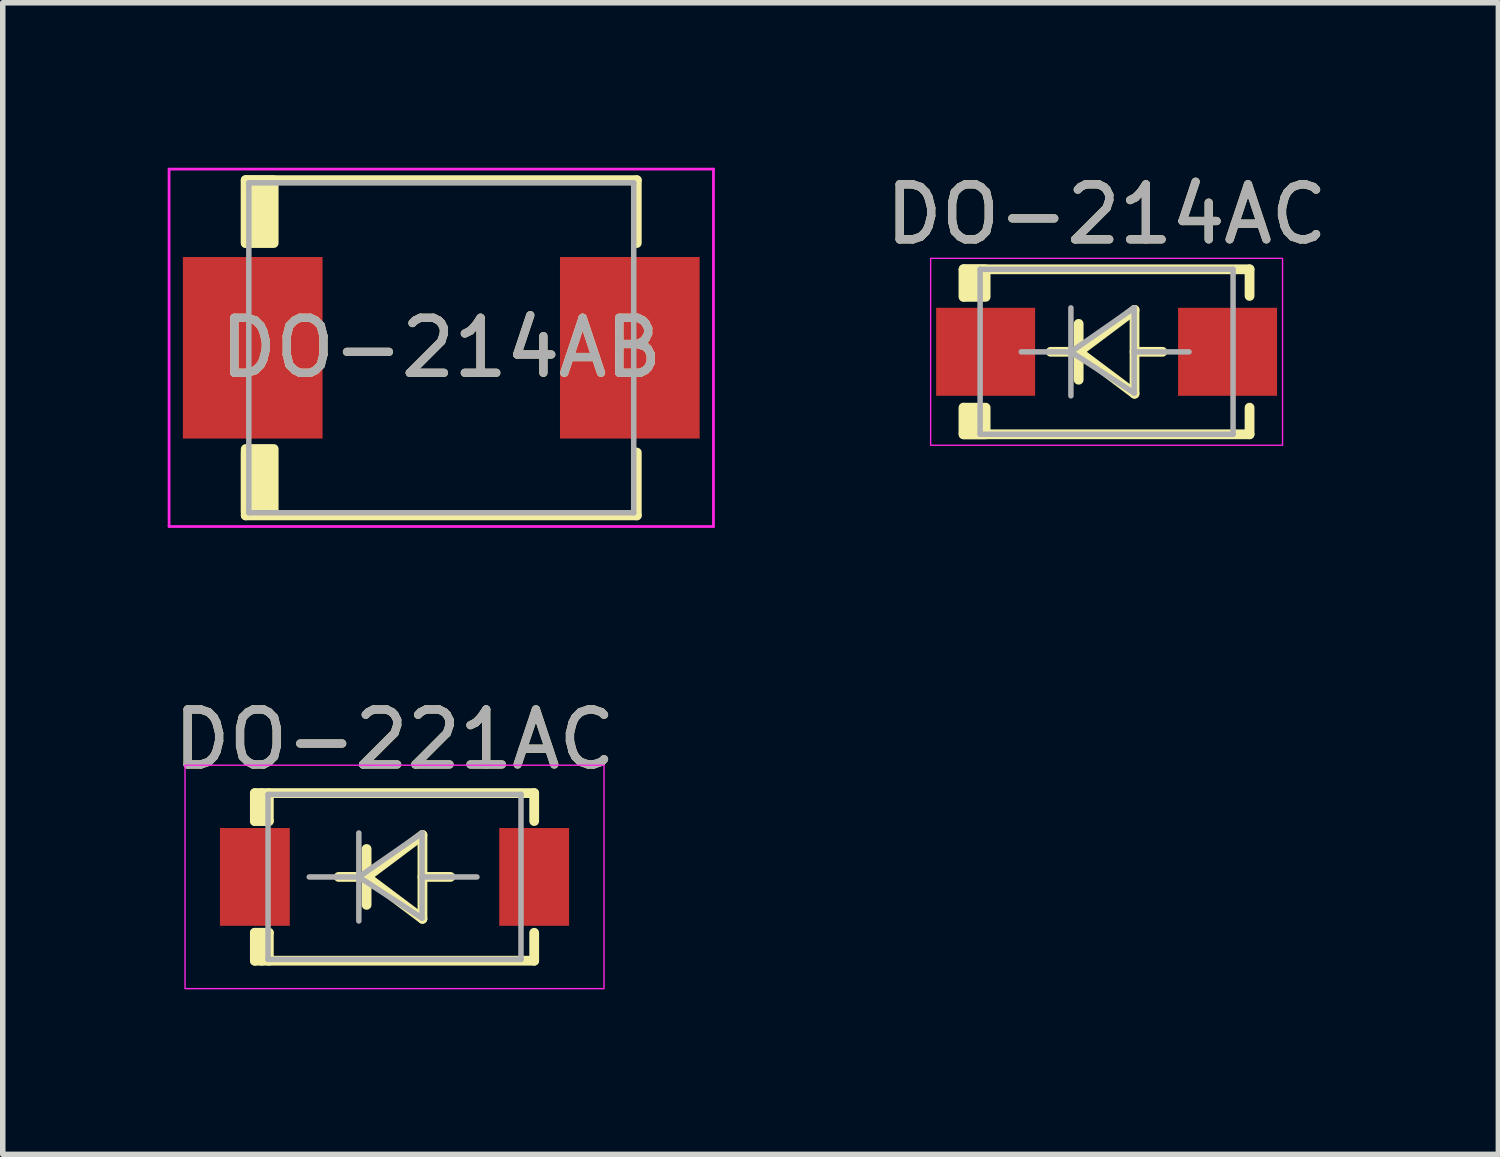
<source format=kicad_pcb>
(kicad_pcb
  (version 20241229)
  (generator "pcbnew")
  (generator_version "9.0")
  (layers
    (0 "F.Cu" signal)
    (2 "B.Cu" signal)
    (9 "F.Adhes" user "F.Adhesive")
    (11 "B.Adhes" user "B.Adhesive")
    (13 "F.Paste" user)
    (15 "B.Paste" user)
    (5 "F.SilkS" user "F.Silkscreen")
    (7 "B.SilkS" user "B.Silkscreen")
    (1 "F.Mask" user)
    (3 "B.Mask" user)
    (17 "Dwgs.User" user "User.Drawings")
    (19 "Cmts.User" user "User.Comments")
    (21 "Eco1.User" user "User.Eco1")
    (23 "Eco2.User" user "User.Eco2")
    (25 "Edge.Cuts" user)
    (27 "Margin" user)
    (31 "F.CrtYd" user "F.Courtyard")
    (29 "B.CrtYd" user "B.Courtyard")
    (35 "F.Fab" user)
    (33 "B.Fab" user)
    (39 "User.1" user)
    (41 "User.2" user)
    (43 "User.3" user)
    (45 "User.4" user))
  (footprint "DO-214AB"
    (layer "F.Cu")
    (at 4.975 3.275)
    (property "Reference" "DO-214AB" (at 0 0 0) (layer "F.SilkS") (effects (font (size 1 1) (thickness 0.15))))
    (attr smd)
    (fp_line (start -3.556 -3.048) (end 3.556 -3.048) (stroke (width 0.178) (type solid)) (layer "F.SilkS"))
    (fp_line (start -3.556 -1.905) (end -3.556 -3.048) (stroke (width 0.178) (type solid)) (layer "F.SilkS"))
    (fp_line (start -3.556 1.905) (end -3.556 3.048) (stroke (width 0.178) (type solid)) (layer "F.SilkS"))
    (fp_line (start -3.556 3.048) (end 3.556 3.048) (stroke (width 0.178) (type solid)) (layer "F.SilkS"))
    (fp_line (start 3.556 -3.048) (end 3.556 -1.905) (stroke (width 0.178) (type solid)) (layer "F.SilkS"))
    (fp_line (start 3.556 1.905) (end 3.556 3.048) (stroke (width 0.178) (type solid)) (layer "F.SilkS"))
    (fp_rect (start -3.556 -1.905) (end -3.048 -3.048) (stroke (width 0.178) (type solid)) (fill yes) (layer "F.SilkS"))
    (fp_rect (start -3.556 2.985) (end -3.048 1.841) (stroke (width 0.178) (type solid)) (fill yes) (layer "F.SilkS"))
    (fp_line (start -4.95 -3.25) (end 4.95 -3.25) (stroke (width 0.05) (type solid)) (layer "F.CrtYd"))
    (fp_line (start -4.95 3.25) (end -4.95 -3.25) (stroke (width 0.05) (type solid)) (layer "F.CrtYd"))
    (fp_line (start -4.95 3.25) (end 4.95 3.25) (stroke (width 0.05) (type solid)) (layer "F.CrtYd"))
    (fp_line (start 4.95 3.25) (end 4.95 -3.25) (stroke (width 0.05) (type solid)) (layer "F.CrtYd"))
    (fp_line (start -3.5 -3) (end -3.5 3) (stroke (width 0.1) (type solid)) (layer "F.Fab"))
    (fp_line (start -3.5 -3) (end 3.5 -3) (stroke (width 0.1) (type solid)) (layer "F.Fab"))
    (fp_line (start -3.5 3) (end 3.5 3) (stroke (width 0.1) (type solid)) (layer "F.Fab"))
    (fp_line (start 3.5 -3) (end 3.5 3) (stroke (width 0.1) (type solid)) (layer "F.Fab"))
    (fp_text user "${REFERENCE}" (at 0 0 0) (layer "F.Fab") (effects (font (size 1 1) (thickness 0.15))))
    (pad "A" smd rect (at 3.429 0) (size 2.54 3.302) (layers "F.Cu" "F.Mask" "F.Paste"))
    (pad "K" smd rect (at -3.429 0) (size 2.54 3.302) (layers "F.Cu" "F.Mask" "F.Paste")))
  (footprint "DO-214AC"
    (layer "F.Cu")
    (at 17.075 3.348)
    (property "Reference" "DO-214AC" (at 0 -2.5 0) (layer "F.SilkS") (effects (font (size 1 1) (thickness 0.15))))
    (attr smd)
    (fp_line (start -2.6 -1.5) (end -2.6 -1) (stroke (width 0.178) (type solid)) (layer "F.SilkS"))
    (fp_line (start -2.6 1.016) (end -2.6 1.5) (stroke (width 0.178) (type solid)) (layer "F.SilkS"))
    (fp_line (start -2.6 1.5) (end 2.6 1.5) (stroke (width 0.178) (type solid)) (layer "F.SilkS"))
    (fp_line (start -1.016 0) (end -0.508 0) (stroke (width 0.178) (type solid)) (layer "F.SilkS"))
    (fp_line (start -0.508 -0.508) (end -0.508 0.508) (stroke (width 0.178) (type solid)) (layer "F.SilkS"))
    (fp_line (start -0.508 0) (end 0.508 0.762) (stroke (width 0.178) (type solid)) (layer "F.SilkS"))
    (fp_line (start 0.508 -0.762) (end -0.508 0) (stroke (width 0.178) (type solid)) (layer "F.SilkS"))
    (fp_line (start 0.508 0.762) (end 0.508 -0.762) (stroke (width 0.178) (type solid)) (layer "F.SilkS"))
    (fp_line (start 1.016 0) (end 0.508 0) (stroke (width 0.178) (type solid)) (layer "F.SilkS"))
    (fp_line (start 2.6 -1.5) (end -2.6 -1.5) (stroke (width 0.178) (type solid)) (layer "F.SilkS"))
    (fp_line (start 2.6 -1.016) (end 2.6 -1.5) (stroke (width 0.178) (type solid)) (layer "F.SilkS"))
    (fp_line (start 2.6 1.5) (end 2.6 1.016) (stroke (width 0.178) (type solid)) (layer "F.SilkS"))
    (fp_rect (start -2.6 -1) (end -2.2 -1.5) (stroke (width 0.178) (type solid)) (fill yes) (layer "F.SilkS"))
    (fp_rect (start -2.6 1.5) (end -2.2 1.016) (stroke (width 0.178) (type solid)) (fill yes) (layer "F.SilkS"))
    (fp_rect (start -3.2 -1.7) (end 3.2 1.7) (stroke (width 0.025) (type solid)) (fill no) (layer "F.CrtYd"))
    (fp_line (start -2.3 1.5) (end -2.3 -1.5) (stroke (width 0.1) (type solid)) (layer "F.Fab"))
    (fp_line (start -0.649 -0.799) (end -0.649 0.801) (stroke (width 0.1) (type solid)) (layer "F.Fab"))
    (fp_line (start -0.649 0.001) (end -1.551 0.001) (stroke (width 0.1) (type solid)) (layer "F.Fab"))
    (fp_line (start -0.649 0.001) (end 0.501 -0.799) (stroke (width 0.1) (type solid)) (layer "F.Fab"))
    (fp_line (start -0.649 0.001) (end 0.501 0.75) (stroke (width 0.1) (type solid)) (layer "F.Fab"))
    (fp_line (start 0.501 0.001) (end 1.499 0.001) (stroke (width 0.1) (type solid)) (layer "F.Fab"))
    (fp_line (start 0.501 0.75) (end 0.501 -0.799) (stroke (width 0.1) (type solid)) (layer "F.Fab"))
    (fp_line (start 2.3 -1.5) (end -2.3 -1.5) (stroke (width 0.1) (type solid)) (layer "F.Fab"))
    (fp_line (start 2.3 -1.5) (end 2.3 1.5) (stroke (width 0.1) (type solid)) (layer "F.Fab"))
    (fp_line (start 2.3 1.5) (end -2.3 1.5) (stroke (width 0.1) (type solid)) (layer "F.Fab"))
    (fp_text user "${REFERENCE}" (at 0 -2.5 0) (layer "F.Fab") (effects (font (size 1 1) (thickness 0.15))))
    (pad "A" smd rect (at 2.2 0) (size 1.8 1.6) (layers "F.Cu" "F.Mask" "F.Paste"))
    (pad "K" smd rect (at -2.2 0) (size 1.8 1.6) (layers "F.Cu" "F.Mask" "F.Paste")))
  (footprint "DO-221AC"
    (layer "F.Cu")
    (at 4.125 12.898)
    (property "Reference" "DO-221AC" (at 0 -2.5 0) (layer "F.SilkS") (effects (font (size 1 1) (thickness 0.15))))
    (attr smd)
    (fp_line (start -2.54 -1.524) (end -2.54 -1.016) (stroke (width 0.178) (type solid)) (layer "F.SilkS"))
    (fp_line (start -2.54 -1.524) (end 2.54 -1.524) (stroke (width 0.178) (type solid)) (layer "F.SilkS"))
    (fp_line (start -2.54 -1.016) (end -2.286 -1.016) (stroke (width 0.178) (type solid)) (layer "F.SilkS"))
    (fp_line (start -2.54 1.016) (end -2.54 1.524) (stroke (width 0.178) (type solid)) (layer "F.SilkS"))
    (fp_line (start -2.54 1.524) (end 2.54 1.524) (stroke (width 0.178) (type solid)) (layer "F.SilkS"))
    (fp_line (start -2.413 -1.524) (end -2.413 -1.016) (stroke (width 0.178) (type solid)) (layer "F.SilkS"))
    (fp_line (start -2.413 1.016) (end -2.413 1.524) (stroke (width 0.178) (type solid)) (layer "F.SilkS"))
    (fp_line (start -2.286 -1.524) (end -2.286 -1.016) (stroke (width 0.178) (type solid)) (layer "F.SilkS"))
    (fp_line (start -2.286 1.016) (end -2.54 1.016) (stroke (width 0.178) (type solid)) (layer "F.SilkS"))
    (fp_line (start -2.286 1.016) (end -2.286 1.524) (stroke (width 0.178) (type solid)) (layer "F.SilkS"))
    (fp_line (start -1.016 0) (end -0.508 0) (stroke (width 0.178) (type solid)) (layer "F.SilkS"))
    (fp_line (start -0.508 -0.508) (end -0.508 0.508) (stroke (width 0.178) (type solid)) (layer "F.SilkS"))
    (fp_line (start -0.508 0) (end 0.508 0.762) (stroke (width 0.178) (type solid)) (layer "F.SilkS"))
    (fp_line (start 0.508 -0.762) (end -0.508 0) (stroke (width 0.178) (type solid)) (layer "F.SilkS"))
    (fp_line (start 0.508 0.762) (end 0.508 -0.762) (stroke (width 0.178) (type solid)) (layer "F.SilkS"))
    (fp_line (start 1.016 0) (end 0.508 0) (stroke (width 0.178) (type solid)) (layer "F.SilkS"))
    (fp_line (start 2.54 -1.524) (end 2.54 -1.016) (stroke (width 0.178) (type solid)) (layer "F.SilkS"))
    (fp_line (start 2.54 1.016) (end 2.54 1.524) (stroke (width 0.178) (type solid)) (layer "F.SilkS"))
    (fp_rect (start -3.81 -2.032) (end 3.81 2.032) (stroke (width 0.025) (type solid)) (fill no) (layer "F.CrtYd"))
    (fp_line (start -2.3 1.5) (end -2.3 -1.5) (stroke (width 0.1) (type solid)) (layer "F.Fab"))
    (fp_line (start -0.649 -0.799) (end -0.649 0.801) (stroke (width 0.1) (type solid)) (layer "F.Fab"))
    (fp_line (start -0.649 0.001) (end -1.551 0.001) (stroke (width 0.1) (type solid)) (layer "F.Fab"))
    (fp_line (start -0.649 0.001) (end 0.501 -0.799) (stroke (width 0.1) (type solid)) (layer "F.Fab"))
    (fp_line (start -0.649 0.001) (end 0.501 0.75) (stroke (width 0.1) (type solid)) (layer "F.Fab"))
    (fp_line (start 0.501 0.001) (end 1.499 0.001) (stroke (width 0.1) (type solid)) (layer "F.Fab"))
    (fp_line (start 0.501 0.75) (end 0.501 -0.799) (stroke (width 0.1) (type solid)) (layer "F.Fab"))
    (fp_line (start 2.3 -1.5) (end -2.3 -1.5) (stroke (width 0.1) (type solid)) (layer "F.Fab"))
    (fp_line (start 2.3 -1.5) (end 2.3 1.5) (stroke (width 0.1) (type solid)) (layer "F.Fab"))
    (fp_line (start 2.3 1.5) (end -2.3 1.5) (stroke (width 0.1) (type solid)) (layer "F.Fab"))
    (fp_text user "${REFERENCE}" (at 0 -2.5 0) (layer "F.Fab") (effects (font (size 1 1) (thickness 0.15))))
    (pad "A" smd rect (at 2.54 0) (size 1.27 1.778) (layers "F.Cu" "F.Mask" "F.Paste"))
    (pad "K" smd rect (at -2.54 0) (size 1.27 1.778) (layers "F.Cu" "F.Mask" "F.Paste")))
  (gr_rect
    (start -3 -3)
    (end 24.2 17.943)
    (stroke (width 0.1) (type default))
    (fill no)
    (layer "Edge.Cuts")))
</source>
